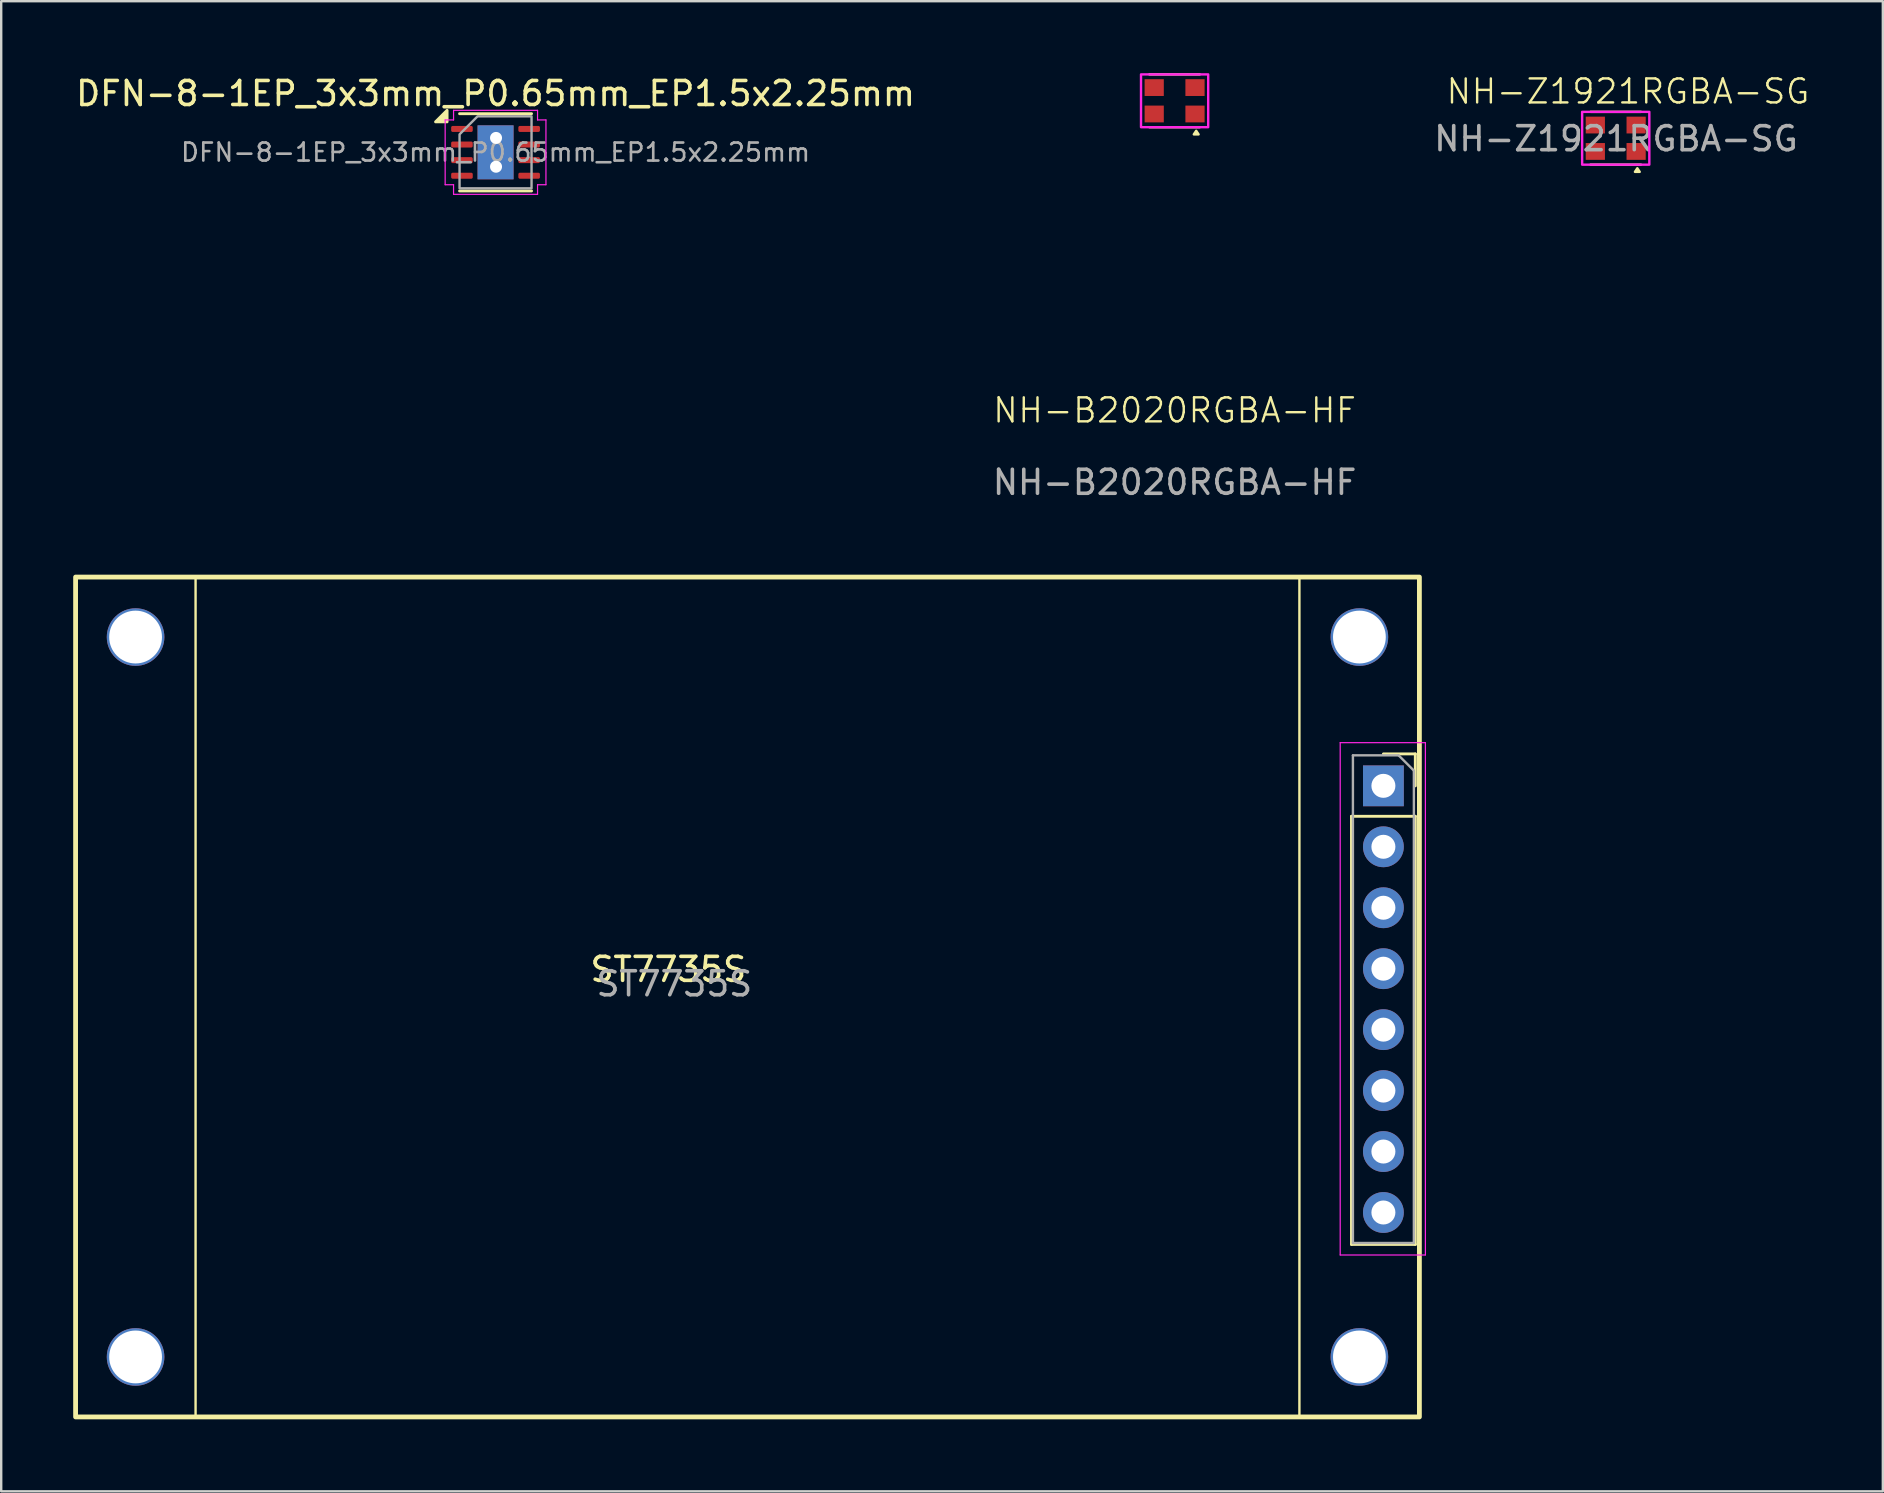
<source format=kicad_pcb>
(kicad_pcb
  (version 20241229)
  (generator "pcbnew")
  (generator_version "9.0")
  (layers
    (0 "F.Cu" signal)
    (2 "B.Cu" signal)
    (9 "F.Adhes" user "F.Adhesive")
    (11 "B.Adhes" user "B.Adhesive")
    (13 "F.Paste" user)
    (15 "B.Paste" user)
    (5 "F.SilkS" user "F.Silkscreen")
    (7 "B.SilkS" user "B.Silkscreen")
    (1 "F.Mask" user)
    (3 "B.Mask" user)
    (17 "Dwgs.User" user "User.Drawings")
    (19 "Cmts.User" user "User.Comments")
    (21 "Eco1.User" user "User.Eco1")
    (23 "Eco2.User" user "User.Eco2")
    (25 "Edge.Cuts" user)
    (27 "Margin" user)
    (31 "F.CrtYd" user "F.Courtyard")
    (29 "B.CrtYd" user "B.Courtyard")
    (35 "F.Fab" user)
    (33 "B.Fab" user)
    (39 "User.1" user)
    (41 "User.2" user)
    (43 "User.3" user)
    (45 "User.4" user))
  (footprint "DFN-8-1EP_3x3mm_P0.65mm_EP1.5x2.25mm"
    (layer "F.Cu")
    (at 17.601 3.298)
    (property "Reference" "DFN-8-1EP_3x3mm_P0.65mm_EP1.5x2.25mm" (at 0 -2.45 0) (layer "F.SilkS") (effects (font (size 1 1) (thickness 0.15))))
    (attr through_hole)
    (fp_line (start -1.5 -1.61) (end 1.5 -1.61) (stroke (width 0.12) (type solid)) (layer "F.SilkS"))
    (fp_line (start -1.5 1.61) (end 1.5 1.61) (stroke (width 0.12) (type solid)) (layer "F.SilkS"))
    (fp_poly (pts (xy -2.02 -1.27) (xy -2.5 -1.27) (xy -2.02 -1.75)) (stroke (width 0.12) (type solid)) (fill yes) (layer "F.SilkS"))
    (fp_line (start -2.1 -1.35) (end -1.75 -1.35) (stroke (width 0.05) (type solid)) (layer "F.CrtYd"))
    (fp_line (start -2.1 1.35) (end -2.1 -1.35) (stroke (width 0.05) (type solid)) (layer "F.CrtYd"))
    (fp_line (start -1.75 -1.75) (end 1.75 -1.75) (stroke (width 0.05) (type solid)) (layer "F.CrtYd"))
    (fp_line (start -1.75 -1.35) (end -1.75 -1.75) (stroke (width 0.05) (type solid)) (layer "F.CrtYd"))
    (fp_line (start -1.75 1.35) (end -2.1 1.35) (stroke (width 0.05) (type solid)) (layer "F.CrtYd"))
    (fp_line (start -1.75 1.75) (end -1.75 1.35) (stroke (width 0.05) (type solid)) (layer "F.CrtYd"))
    (fp_line (start 1.75 -1.75) (end 1.75 -1.35) (stroke (width 0.05) (type solid)) (layer "F.CrtYd"))
    (fp_line (start 1.75 -1.35) (end 2.1 -1.35) (stroke (width 0.05) (type solid)) (layer "F.CrtYd"))
    (fp_line (start 1.75 1.35) (end 1.75 1.75) (stroke (width 0.05) (type solid)) (layer "F.CrtYd"))
    (fp_line (start 1.75 1.75) (end -1.75 1.75) (stroke (width 0.05) (type solid)) (layer "F.CrtYd"))
    (fp_line (start 2.1 -1.35) (end 2.1 1.35) (stroke (width 0.05) (type solid)) (layer "F.CrtYd"))
    (fp_line (start 2.1 1.35) (end 1.75 1.35) (stroke (width 0.05) (type solid)) (layer "F.CrtYd"))
    (fp_poly (pts (xy -1.5 -0.75) (xy -1.5 1.5) (xy 1.5 1.5) (xy 1.5 -1.5) (xy -0.75 -1.5)) (stroke (width 0.1) (type solid)) (fill no) (layer "F.Fab"))
    (fp_text user "${REFERENCE}" (at 0 0 0) (layer "F.Fab") (effects (font (size 0.75 0.75) (thickness 0.11))))
    (pad "" smd roundrect (at -0.375 -0.56) (size 0.6 0.91) (layers "F.Paste") (roundrect_rratio 0.25))
    (pad "" smd roundrect (at -0.375 0.56) (size 0.6 0.91) (layers "F.Paste") (roundrect_rratio 0.25))
    (pad "" smd roundrect (at 0.375 -0.56) (size 0.6 0.91) (layers "F.Paste") (roundrect_rratio 0.25))
    (pad "" smd roundrect (at 0.375 0.56) (size 0.6 0.91) (layers "F.Paste") (roundrect_rratio 0.25))
    (pad "1" smd roundrect (at -1.4 -0.975) (size 0.9 0.25) (layers "F.Cu" "F.Mask" "F.Paste") (roundrect_rratio 0.25))
    (pad "2" smd roundrect (at -1.4 -0.325) (size 0.9 0.25) (layers "F.Cu" "F.Mask" "F.Paste") (roundrect_rratio 0.25))
    (pad "3" smd roundrect (at -1.4 0.325) (size 0.9 0.25) (layers "F.Cu" "F.Mask" "F.Paste") (roundrect_rratio 0.25))
    (pad "4" smd roundrect (at -1.4 0.975) (size 0.9 0.25) (layers "F.Cu" "F.Mask" "F.Paste") (roundrect_rratio 0.25))
    (pad "5" smd roundrect (at 1.4 0.975) (size 0.9 0.25) (layers "F.Cu" "F.Mask" "F.Paste") (roundrect_rratio 0.25))
    (pad "6" smd roundrect (at 1.4 0.325) (size 0.9 0.25) (layers "F.Cu" "F.Mask" "F.Paste") (roundrect_rratio 0.25))
    (pad "7" smd roundrect (at 1.4 -0.325) (size 0.9 0.25) (layers "F.Cu" "F.Mask" "F.Paste") (roundrect_rratio 0.25))
    (pad "8" smd roundrect (at 1.4 -0.975) (size 0.9 0.25) (layers "F.Cu" "F.Mask" "F.Paste") (roundrect_rratio 0.25))
    (pad "9" smd rect (at 0 0) (size 1.5 2.25) (layers "F.Cu"))
    (pad "9" smd rect (at 0 0) (size 1.5 2.25) (layers "B.Cu"))
    (pad "9" thru_hole circle (at 0.02 -0.6) (size 0.8 0.8) (drill 0.5) (layers "*.Cu"))
    (pad "9" thru_hole circle (at 0.02 0.6) (size 0.8 0.8) (drill 0.5) (layers "*.Cu")))
  (footprint "NH-B2020RGBA-HF"
    (layer "F.Cu")
    (at 45.899 1.15)
    (property "Reference" "NH-B2020RGBA-HF" (at 0 12.9 0) (unlocked yes) (layer "F.SilkS") (effects (font (size 1 1) (thickness 0.1))))
    (attr smd)
    (fp_line (start -1.05 -1.1) (end 1.05 -1.1) (stroke (width 0.1) (type default)) (layer "F.SilkS"))
    (fp_line (start -1.05 1.1) (end 1.05 1.1) (stroke (width 0.1) (type default)) (layer "F.SilkS"))
    (fp_poly (pts (xy 0.9 1.25) (xy 0.8 1.4) (xy 1 1.4)) (stroke (width 0.1) (type solid)) (fill yes) (layer "F.SilkS"))
    (fp_rect (start -1.4 -1.1) (end 1.4 1.1) (stroke (width 0.1) (type default)) (fill no) (layer "F.CrtYd"))
    (fp_text user "${REFERENCE}" (at 0 15.9 0) (unlocked yes) (layer "F.Fab") (effects (font (size 1 1) (thickness 0.15))))
    (pad "1" smd rect (at 0.85 0.55) (size 0.8 0.7) (layers "F.Cu" "F.Mask" "F.Paste"))
    (pad "2" smd rect (at -0.85 0.55) (size 0.8 0.7) (layers "F.Cu" "F.Mask" "F.Paste"))
    (pad "3" smd rect (at -0.85 -0.55) (size 0.8 0.7) (layers "F.Cu" "F.Mask" "F.Paste"))
    (pad "4" smd rect (at 0.85 -0.55) (size 0.8 0.7) (layers "F.Cu" "F.Mask" "F.Paste")))
  (footprint "ST7735S"
    (layer "F.Cu")
    (at 54.6 29.698)
    (property "Reference" "ST7735S" (at -29.8 7.65 0) (layer "F.SilkS") (effects (font (size 1 1) (thickness 0.15))))
    (attr through_hole)
    (fp_line (start -1.33 1.27) (end -1.33 19.11) (stroke (width 0.12) (type solid)) (layer "F.SilkS"))
    (fp_line (start -1.33 1.27) (end 1.33 1.27) (stroke (width 0.12) (type solid)) (layer "F.SilkS"))
    (fp_line (start -1.33 19.11) (end 1.33 19.11) (stroke (width 0.12) (type solid)) (layer "F.SilkS"))
    (fp_line (start 0 -1.33) (end 1.33 -1.33) (stroke (width 0.12) (type solid)) (layer "F.SilkS"))
    (fp_line (start 1.33 -1.33) (end 1.33 0) (stroke (width 0.12) (type solid)) (layer "F.SilkS"))
    (fp_line (start 1.33 1.27) (end 1.33 19.11) (stroke (width 0.12) (type solid)) (layer "F.SilkS"))
    (fp_rect (start -54.5 -8.7) (end 1.5 26.3) (stroke (width 0.2) (type default)) (fill no) (layer "F.SilkS"))
    (fp_rect (start -49.5 -8.7) (end -3.5 26.3) (stroke (width 0.1) (type default)) (fill no) (layer "F.SilkS"))
    (fp_line (start -1.8 -1.8) (end 1.75 -1.8) (stroke (width 0.05) (type solid)) (layer "F.CrtYd"))
    (fp_line (start -1.8 19.55) (end -1.8 -1.8) (stroke (width 0.05) (type solid)) (layer "F.CrtYd"))
    (fp_line (start 1.75 -1.8) (end 1.75 19.55) (stroke (width 0.05) (type solid)) (layer "F.CrtYd"))
    (fp_line (start 1.75 19.55) (end -1.8 19.55) (stroke (width 0.05) (type solid)) (layer "F.CrtYd"))
    (fp_line (start -1.27 -1.27) (end 0.635 -1.27) (stroke (width 0.1) (type solid)) (layer "F.Fab"))
    (fp_line (start -1.27 19.05) (end -1.27 -1.27) (stroke (width 0.1) (type solid)) (layer "F.Fab"))
    (fp_line (start 0.635 -1.27) (end 1.27 -0.635) (stroke (width 0.1) (type solid)) (layer "F.Fab"))
    (fp_line (start 1.27 -0.635) (end 1.27 19.05) (stroke (width 0.1) (type solid)) (layer "F.Fab"))
    (fp_line (start 1.27 19.05) (end -1.27 19.05) (stroke (width 0.1) (type solid)) (layer "F.Fab"))
    (fp_text user "${REFERENCE}" (at -29.55 8.25 180) (layer "F.Fab") (effects (font (size 1 1) (thickness 0.15))))
    (pad "" np_thru_hole circle (at -52 -6.2 270) (size 2.4 2.4) (drill 2.2) (layers "*.Cu" "*.Mask"))
    (pad "" np_thru_hole circle (at -52 23.8 270) (size 2.4 2.4) (drill 2.2) (layers "*.Cu" "*.Mask"))
    (pad "" np_thru_hole circle (at -1 -6.2 270) (size 2.4 2.4) (drill 2.2) (layers "*.Cu" "*.Mask"))
    (pad "" np_thru_hole circle (at -1 23.8 270) (size 2.4 2.4) (drill 2.2) (layers "*.Cu" "*.Mask"))
    (pad "1" thru_hole rect (at 0 0) (size 1.7 1.7) (drill 1) (layers "*.Cu" "*.Mask"))
    (pad "2" thru_hole oval (at 0 2.54) (size 1.7 1.7) (drill 1) (layers "*.Cu" "*.Mask"))
    (pad "3" thru_hole oval (at 0 5.08) (size 1.7 1.7) (drill 1) (layers "*.Cu" "*.Mask"))
    (pad "4" thru_hole oval (at 0 7.62) (size 1.7 1.7) (drill 1) (layers "*.Cu" "*.Mask"))
    (pad "5" thru_hole oval (at 0 10.16) (size 1.7 1.7) (drill 1) (layers "*.Cu" "*.Mask"))
    (pad "6" thru_hole oval (at 0 12.7) (size 1.7 1.7) (drill 1) (layers "*.Cu" "*.Mask"))
    (pad "7" thru_hole oval (at 0 15.24) (size 1.7 1.7) (drill 1) (layers "*.Cu" "*.Mask"))
    (pad "8" thru_hole oval (at 0 17.78) (size 1.7 1.7) (drill 1) (layers "*.Cu" "*.Mask")))
  (footprint "NH-Z1921RGBA-SG"
    (layer "F.Cu")
    (at 64.282 2.711)
    (property "Reference" "NH-Z1921RGBA-SG" (at 0.51 -1.95 0) (unlocked yes) (layer "F.SilkS") (effects (font (size 1 1) (thickness 0.1))))
    (attr smd)
    (fp_line (start -1.05 -1.1) (end 1.05 -1.1) (stroke (width 0.1) (type default)) (layer "F.SilkS"))
    (fp_line (start -1.05 1.1) (end 1.05 1.1) (stroke (width 0.1) (type default)) (layer "F.SilkS"))
    (fp_poly (pts (xy 0.9 1.25) (xy 0.8 1.4) (xy 1 1.4)) (stroke (width 0.1) (type solid)) (fill yes) (layer "F.SilkS"))
    (fp_rect (start -1.4 -1.1) (end 1.4 1.1) (stroke (width 0.1) (type default)) (fill no) (layer "F.CrtYd"))
    (fp_text user "${REFERENCE}" (at 0.01 0.02 0) (unlocked yes) (layer "F.Fab") (effects (font (size 1 1) (thickness 0.15))))
    (pad "1" smd rect (at 0.85 0.55) (size 0.8 0.7) (layers "F.Cu" "F.Mask" "F.Paste"))
    (pad "2" smd rect (at 0.85 -0.55) (size 0.8 0.7) (layers "F.Cu" "F.Mask" "F.Paste"))
    (pad "3" smd rect (at -0.85 -0.55) (size 0.8 0.7) (layers "F.Cu" "F.Mask" "F.Paste"))
    (pad "4" smd rect (at -0.85 0.55) (size 0.8 0.7) (layers "F.Cu" "F.Mask" "F.Paste")))
  (gr_rect
    (start -3 -3)
    (end 75.413 59.098)
    (stroke (width 0.1) (type default))
    (fill no)
    (layer "Edge.Cuts")))
</source>
